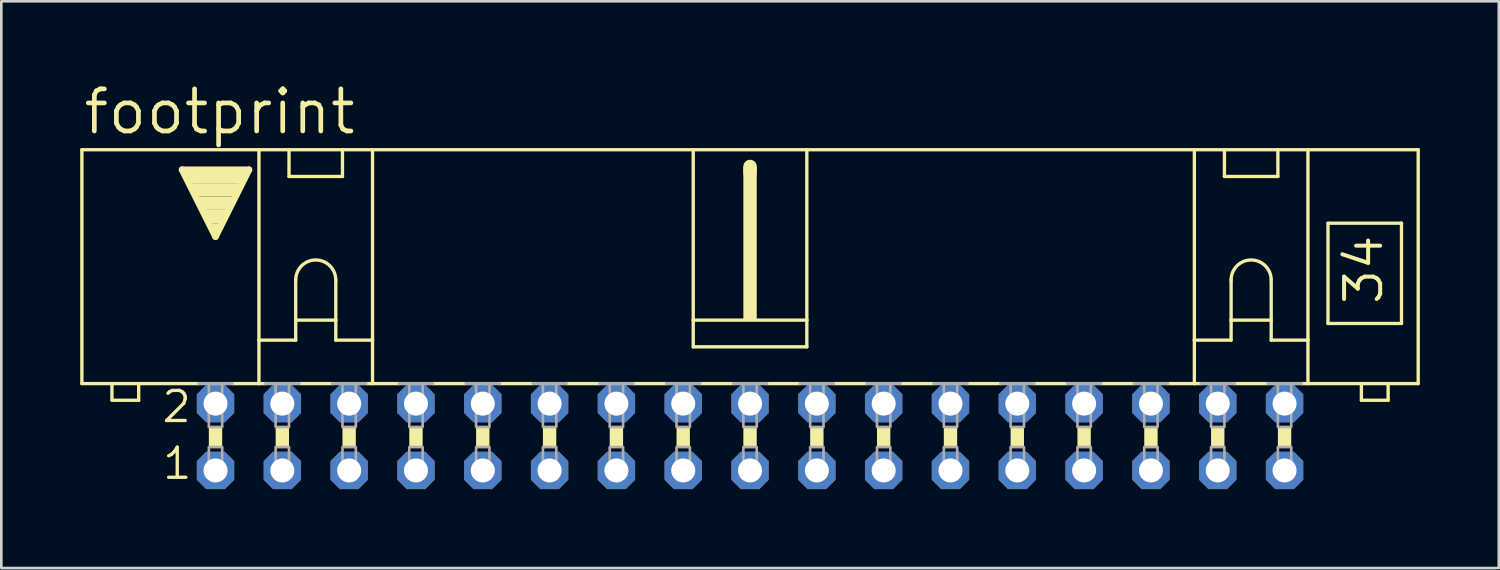
<source format=kicad_pcb>
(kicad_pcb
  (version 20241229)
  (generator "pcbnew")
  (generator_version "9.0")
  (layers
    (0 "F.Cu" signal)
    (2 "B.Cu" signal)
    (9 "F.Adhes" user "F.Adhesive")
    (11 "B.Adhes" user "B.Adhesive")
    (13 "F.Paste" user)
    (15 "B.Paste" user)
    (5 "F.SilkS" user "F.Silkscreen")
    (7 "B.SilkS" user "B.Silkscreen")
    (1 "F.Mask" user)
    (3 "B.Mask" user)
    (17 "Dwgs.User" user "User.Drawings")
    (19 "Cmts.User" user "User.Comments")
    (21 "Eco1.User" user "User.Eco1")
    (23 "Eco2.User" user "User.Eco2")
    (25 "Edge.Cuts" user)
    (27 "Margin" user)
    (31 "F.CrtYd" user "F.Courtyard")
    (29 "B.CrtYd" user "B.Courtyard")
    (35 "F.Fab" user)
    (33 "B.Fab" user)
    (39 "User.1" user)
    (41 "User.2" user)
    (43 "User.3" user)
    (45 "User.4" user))
  (footprint "footprint"
    (layer "F.Cu")
    (at 25.463 13.564)
    (property "Reference" "footprint" (at -25.425 -11.43 0) (layer "F.SilkS") (effects (font (size 1.6 1.6) (thickness 0.178)) (justify left bottom)))
    (fp_line (start -25.4 -2.032) (end -25.4 -10.922) (stroke (width 0.127) (type solid)) (layer "F.SilkS"))
    (fp_line (start -25.4 -2.032) (end -24.257 -2.032) (stroke (width 0.127) (type solid)) (layer "F.SilkS"))
    (fp_line (start -24.257 -2.032) (end -24.257 -1.397) (stroke (width 0.127) (type solid)) (layer "F.SilkS"))
    (fp_line (start -24.257 -2.032) (end -23.241 -2.032) (stroke (width 0.127) (type solid)) (layer "F.SilkS"))
    (fp_line (start -23.241 -2.032) (end -20.955 -2.032) (stroke (width 0.127) (type solid)) (layer "F.SilkS"))
    (fp_line (start -23.241 -1.397) (end -24.257 -1.397) (stroke (width 0.127) (type solid)) (layer "F.SilkS"))
    (fp_line (start -23.241 -1.397) (end -23.241 -2.032) (stroke (width 0.127) (type solid)) (layer "F.SilkS"))
    (fp_line (start -21.59 -10.16) (end -19.05 -10.16) (stroke (width 0.254) (type solid)) (layer "F.SilkS"))
    (fp_line (start -20.32 -7.62) (end -21.59 -10.16) (stroke (width 0.254) (type solid)) (layer "F.SilkS"))
    (fp_line (start -19.685 -2.032) (end -18.669 -2.032) (stroke (width 0.127) (type solid)) (layer "F.SilkS"))
    (fp_line (start -19.05 -10.16) (end -20.32 -7.62) (stroke (width 0.254) (type solid)) (layer "F.SilkS"))
    (fp_line (start -18.669 -10.922) (end -25.4 -10.922) (stroke (width 0.127) (type solid)) (layer "F.SilkS"))
    (fp_line (start -18.669 -10.922) (end -17.526 -10.922) (stroke (width 0.127) (type solid)) (layer "F.SilkS"))
    (fp_line (start -18.669 -3.683) (end -18.669 -10.922) (stroke (width 0.127) (type solid)) (layer "F.SilkS"))
    (fp_line (start -18.669 -3.683) (end -18.669 -2.032) (stroke (width 0.127) (type solid)) (layer "F.SilkS"))
    (fp_line (start -18.669 -3.683) (end -17.272 -3.683) (stroke (width 0.127) (type solid)) (layer "F.SilkS"))
    (fp_line (start -18.669 -2.032) (end -18.415 -2.032) (stroke (width 0.127) (type solid)) (layer "F.SilkS"))
    (fp_line (start -17.526 -10.922) (end -15.494 -10.922) (stroke (width 0.127) (type solid)) (layer "F.SilkS"))
    (fp_line (start -17.526 -9.906) (end -17.526 -10.922) (stroke (width 0.127) (type solid)) (layer "F.SilkS"))
    (fp_line (start -17.526 -9.906) (end -15.494 -9.906) (stroke (width 0.127) (type solid)) (layer "F.SilkS"))
    (fp_line (start -17.272 -5.969) (end -17.272 -4.445) (stroke (width 0.127) (type solid)) (layer "F.SilkS"))
    (fp_line (start -17.272 -4.445) (end -17.272 -3.683) (stroke (width 0.127) (type solid)) (layer "F.SilkS"))
    (fp_line (start -17.272 -4.445) (end -15.748 -4.445) (stroke (width 0.127) (type solid)) (layer "F.SilkS"))
    (fp_line (start -17.145 -2.032) (end -15.875 -2.032) (stroke (width 0.127) (type solid)) (layer "F.SilkS"))
    (fp_line (start -15.748 -5.969) (end -15.748 -4.445) (stroke (width 0.127) (type solid)) (layer "F.SilkS"))
    (fp_line (start -15.748 -4.445) (end -15.748 -3.683) (stroke (width 0.127) (type solid)) (layer "F.SilkS"))
    (fp_line (start -15.748 -3.683) (end -14.351 -3.683) (stroke (width 0.127) (type solid)) (layer "F.SilkS"))
    (fp_line (start -15.494 -10.922) (end -15.494 -9.906) (stroke (width 0.127) (type solid)) (layer "F.SilkS"))
    (fp_line (start -15.494 -10.922) (end -14.351 -10.922) (stroke (width 0.127) (type solid)) (layer "F.SilkS"))
    (fp_line (start -14.351 -10.922) (end -2.159 -10.922) (stroke (width 0.127) (type solid)) (layer "F.SilkS"))
    (fp_line (start -14.351 -3.683) (end -14.351 -10.922) (stroke (width 0.127) (type solid)) (layer "F.SilkS"))
    (fp_line (start -14.351 -3.683) (end -14.351 -2.032) (stroke (width 0.127) (type solid)) (layer "F.SilkS"))
    (fp_line (start -14.351 -2.032) (end -14.605 -2.032) (stroke (width 0.127) (type solid)) (layer "F.SilkS"))
    (fp_line (start -14.351 -2.032) (end -13.335 -2.032) (stroke (width 0.127) (type solid)) (layer "F.SilkS"))
    (fp_line (start -12.065 -2.032) (end -10.795 -2.032) (stroke (width 0.127) (type solid)) (layer "F.SilkS"))
    (fp_line (start -9.525 -2.032) (end -8.255 -2.032) (stroke (width 0.127) (type solid)) (layer "F.SilkS"))
    (fp_line (start -6.985 -2.032) (end -5.715 -2.032) (stroke (width 0.127) (type solid)) (layer "F.SilkS"))
    (fp_line (start -4.445 -2.032) (end -3.175 -2.032) (stroke (width 0.127) (type solid)) (layer "F.SilkS"))
    (fp_line (start -2.159 -10.922) (end -2.159 -4.445) (stroke (width 0.127) (type solid)) (layer "F.SilkS"))
    (fp_line (start -2.159 -10.922) (end 2.159 -10.922) (stroke (width 0.127) (type solid)) (layer "F.SilkS"))
    (fp_line (start -2.159 -4.445) (end -2.159 -3.429) (stroke (width 0.127) (type solid)) (layer "F.SilkS"))
    (fp_line (start -1.905 -2.032) (end -0.635 -2.032) (stroke (width 0.127) (type solid)) (layer "F.SilkS"))
    (fp_line (start 0 -10.033) (end 0 -10.287) (stroke (width 0.508) (type solid)) (layer "F.SilkS"))
    (fp_line (start 0.635 -2.032) (end 1.905 -2.032) (stroke (width 0.127) (type solid)) (layer "F.SilkS"))
    (fp_line (start 2.159 -10.922) (end 2.159 -4.445) (stroke (width 0.127) (type solid)) (layer "F.SilkS"))
    (fp_line (start 2.159 -10.922) (end 16.891 -10.922) (stroke (width 0.127) (type solid)) (layer "F.SilkS"))
    (fp_line (start 2.159 -4.445) (end -2.159 -4.445) (stroke (width 0.127) (type solid)) (layer "F.SilkS"))
    (fp_line (start 2.159 -4.445) (end 2.159 -3.429) (stroke (width 0.127) (type solid)) (layer "F.SilkS"))
    (fp_line (start 2.159 -3.429) (end -2.159 -3.429) (stroke (width 0.127) (type solid)) (layer "F.SilkS"))
    (fp_line (start 3.175 -2.032) (end 4.445 -2.032) (stroke (width 0.127) (type solid)) (layer "F.SilkS"))
    (fp_line (start 5.715 -2.032) (end 6.985 -2.032) (stroke (width 0.127) (type solid)) (layer "F.SilkS"))
    (fp_line (start 8.255 -2.032) (end 9.525 -2.032) (stroke (width 0.127) (type solid)) (layer "F.SilkS"))
    (fp_line (start 10.795 -2.032) (end 12.065 -2.032) (stroke (width 0.127) (type solid)) (layer "F.SilkS"))
    (fp_line (start 13.335 -2.032) (end 14.605 -2.032) (stroke (width 0.127) (type solid)) (layer "F.SilkS"))
    (fp_line (start 15.875 -2.032) (end 16.891 -2.032) (stroke (width 0.127) (type solid)) (layer "F.SilkS"))
    (fp_line (start 16.891 -10.922) (end 25.4 -10.922) (stroke (width 0.127) (type solid)) (layer "F.SilkS"))
    (fp_line (start 16.891 -3.683) (end 16.891 -10.922) (stroke (width 0.127) (type solid)) (layer "F.SilkS"))
    (fp_line (start 16.891 -3.683) (end 16.891 -2.032) (stroke (width 0.127) (type solid)) (layer "F.SilkS"))
    (fp_line (start 16.891 -3.683) (end 18.288 -3.683) (stroke (width 0.127) (type solid)) (layer "F.SilkS"))
    (fp_line (start 16.891 -2.032) (end 17.145 -2.032) (stroke (width 0.127) (type solid)) (layer "F.SilkS"))
    (fp_line (start 18.034 -9.906) (end 18.034 -10.922) (stroke (width 0.127) (type solid)) (layer "F.SilkS"))
    (fp_line (start 18.034 -9.906) (end 20.066 -9.906) (stroke (width 0.127) (type solid)) (layer "F.SilkS"))
    (fp_line (start 18.288 -5.969) (end 18.288 -4.445) (stroke (width 0.127) (type solid)) (layer "F.SilkS"))
    (fp_line (start 18.288 -4.445) (end 18.288 -3.683) (stroke (width 0.127) (type solid)) (layer "F.SilkS"))
    (fp_line (start 18.288 -4.445) (end 19.812 -4.445) (stroke (width 0.127) (type solid)) (layer "F.SilkS"))
    (fp_line (start 18.415 -2.032) (end 19.685 -2.032) (stroke (width 0.127) (type solid)) (layer "F.SilkS"))
    (fp_line (start 19.812 -5.969) (end 19.812 -4.445) (stroke (width 0.127) (type solid)) (layer "F.SilkS"))
    (fp_line (start 19.812 -4.445) (end 19.812 -3.683) (stroke (width 0.127) (type solid)) (layer "F.SilkS"))
    (fp_line (start 19.812 -3.683) (end 21.209 -3.683) (stroke (width 0.127) (type solid)) (layer "F.SilkS"))
    (fp_line (start 20.066 -10.922) (end 20.066 -9.906) (stroke (width 0.127) (type solid)) (layer "F.SilkS"))
    (fp_line (start 21.209 -3.683) (end 21.209 -10.922) (stroke (width 0.127) (type solid)) (layer "F.SilkS"))
    (fp_line (start 21.209 -3.683) (end 21.209 -2.032) (stroke (width 0.127) (type solid)) (layer "F.SilkS"))
    (fp_line (start 21.209 -2.032) (end 20.955 -2.032) (stroke (width 0.127) (type solid)) (layer "F.SilkS"))
    (fp_line (start 21.971 -8.128) (end 21.971 -4.318) (stroke (width 0.127) (type solid)) (layer "F.SilkS"))
    (fp_line (start 21.971 -8.128) (end 24.765 -8.128) (stroke (width 0.127) (type solid)) (layer "F.SilkS"))
    (fp_line (start 21.971 -4.318) (end 24.765 -4.318) (stroke (width 0.127) (type solid)) (layer "F.SilkS"))
    (fp_line (start 23.241 -2.032) (end 21.209 -2.032) (stroke (width 0.127) (type solid)) (layer "F.SilkS"))
    (fp_line (start 23.241 -2.032) (end 23.241 -1.397) (stroke (width 0.127) (type solid)) (layer "F.SilkS"))
    (fp_line (start 24.257 -2.032) (end 23.241 -2.032) (stroke (width 0.127) (type solid)) (layer "F.SilkS"))
    (fp_line (start 24.257 -1.397) (end 23.241 -1.397) (stroke (width 0.127) (type solid)) (layer "F.SilkS"))
    (fp_line (start 24.257 -1.397) (end 24.257 -2.032) (stroke (width 0.127) (type solid)) (layer "F.SilkS"))
    (fp_line (start 24.765 -4.318) (end 24.765 -8.128) (stroke (width 0.127) (type solid)) (layer "F.SilkS"))
    (fp_line (start 25.4 -2.032) (end 24.257 -2.032) (stroke (width 0.127) (type solid)) (layer "F.SilkS"))
    (fp_line (start 25.4 -2.032) (end 25.4 -10.922) (stroke (width 0.127) (type solid)) (layer "F.SilkS"))
    (fp_arc (start -17.272 -5.969) (mid -16.51 -6.731) (end -15.748 -5.969) (stroke (width 0.127) (type solid)) (layer "F.SilkS"))
    (fp_arc (start 18.288 -5.969) (mid 19.05 -6.731) (end 19.812 -5.969) (stroke (width 0.127) (type solid)) (layer "F.SilkS"))
    (fp_poly (pts (xy -21.463 -9.652) (xy -19.177 -9.652) (xy -19.177 -10.16) (xy -21.463 -10.16)) (stroke (width 0) (type solid)) (fill yes) (layer "F.SilkS"))
    (fp_poly (pts (xy -21.209 -9.144) (xy -19.431 -9.144) (xy -19.431 -9.652) (xy -21.209 -9.652)) (stroke (width 0) (type solid)) (fill yes) (layer "F.SilkS"))
    (fp_poly (pts (xy -20.955 -8.636) (xy -19.685 -8.636) (xy -19.685 -9.144) (xy -20.955 -9.144)) (stroke (width 0) (type solid)) (fill yes) (layer "F.SilkS"))
    (fp_poly (pts (xy -20.701 -8.128) (xy -19.939 -8.128) (xy -19.939 -8.636) (xy -20.701 -8.636)) (stroke (width 0) (type solid)) (fill yes) (layer "F.SilkS"))
    (fp_poly (pts (xy -20.574 0.381) (xy -20.066 0.381) (xy -20.066 -0.381) (xy -20.574 -0.381)) (stroke (width 0) (type solid)) (fill yes) (layer "F.SilkS"))
    (fp_poly (pts (xy -20.447 -7.874) (xy -20.193 -7.874) (xy -20.193 -8.128) (xy -20.447 -8.128)) (stroke (width 0) (type solid)) (fill yes) (layer "F.SilkS"))
    (fp_poly (pts (xy -18.034 0.381) (xy -17.526 0.381) (xy -17.526 -0.381) (xy -18.034 -0.381)) (stroke (width 0) (type solid)) (fill yes) (layer "F.SilkS"))
    (fp_poly (pts (xy -15.494 0.381) (xy -14.986 0.381) (xy -14.986 -0.381) (xy -15.494 -0.381)) (stroke (width 0) (type solid)) (fill yes) (layer "F.SilkS"))
    (fp_poly (pts (xy -12.954 0.381) (xy -12.446 0.381) (xy -12.446 -0.381) (xy -12.954 -0.381)) (stroke (width 0) (type solid)) (fill yes) (layer "F.SilkS"))
    (fp_poly (pts (xy -10.414 0.381) (xy -9.906 0.381) (xy -9.906 -0.381) (xy -10.414 -0.381)) (stroke (width 0) (type solid)) (fill yes) (layer "F.SilkS"))
    (fp_poly (pts (xy -7.874 0.381) (xy -7.366 0.381) (xy -7.366 -0.381) (xy -7.874 -0.381)) (stroke (width 0) (type solid)) (fill yes) (layer "F.SilkS"))
    (fp_poly (pts (xy -5.334 0.381) (xy -4.826 0.381) (xy -4.826 -0.381) (xy -5.334 -0.381)) (stroke (width 0) (type solid)) (fill yes) (layer "F.SilkS"))
    (fp_poly (pts (xy -2.794 0.381) (xy -2.286 0.381) (xy -2.286 -0.381) (xy -2.794 -0.381)) (stroke (width 0) (type solid)) (fill yes) (layer "F.SilkS"))
    (fp_poly (pts (xy -0.254 -4.445) (xy 0.254 -4.445) (xy 0.254 -10.287) (xy -0.254 -10.287)) (stroke (width 0) (type solid)) (fill yes) (layer "F.SilkS"))
    (fp_poly (pts (xy -0.254 0.381) (xy 0.254 0.381) (xy 0.254 -0.381) (xy -0.254 -0.381)) (stroke (width 0) (type solid)) (fill yes) (layer "F.SilkS"))
    (fp_poly (pts (xy 2.286 0.381) (xy 2.794 0.381) (xy 2.794 -0.381) (xy 2.286 -0.381)) (stroke (width 0) (type solid)) (fill yes) (layer "F.SilkS"))
    (fp_poly (pts (xy 4.826 0.381) (xy 5.334 0.381) (xy 5.334 -0.381) (xy 4.826 -0.381)) (stroke (width 0) (type solid)) (fill yes) (layer "F.SilkS"))
    (fp_poly (pts (xy 7.366 0.381) (xy 7.874 0.381) (xy 7.874 -0.381) (xy 7.366 -0.381)) (stroke (width 0) (type solid)) (fill yes) (layer "F.SilkS"))
    (fp_poly (pts (xy 9.906 0.381) (xy 10.414 0.381) (xy 10.414 -0.381) (xy 9.906 -0.381)) (stroke (width 0) (type solid)) (fill yes) (layer "F.SilkS"))
    (fp_poly (pts (xy 12.446 0.381) (xy 12.954 0.381) (xy 12.954 -0.381) (xy 12.446 -0.381)) (stroke (width 0) (type solid)) (fill yes) (layer "F.SilkS"))
    (fp_poly (pts (xy 14.986 0.381) (xy 15.494 0.381) (xy 15.494 -0.381) (xy 14.986 -0.381)) (stroke (width 0) (type solid)) (fill yes) (layer "F.SilkS"))
    (fp_poly (pts (xy 17.526 0.381) (xy 18.034 0.381) (xy 18.034 -0.381) (xy 17.526 -0.381)) (stroke (width 0) (type solid)) (fill yes) (layer "F.SilkS"))
    (fp_poly (pts (xy 20.066 0.381) (xy 20.574 0.381) (xy 20.574 -0.381) (xy 20.066 -0.381)) (stroke (width 0) (type solid)) (fill yes) (layer "F.SilkS"))
    (fp_line (start -20.955 -2.032) (end -19.685 -2.032) (stroke (width 0.127) (type solid)) (layer "F.Fab"))
    (fp_line (start -18.415 -2.032) (end -17.145 -2.032) (stroke (width 0.127) (type solid)) (layer "F.Fab"))
    (fp_line (start -15.875 -2.032) (end -14.605 -2.032) (stroke (width 0.127) (type solid)) (layer "F.Fab"))
    (fp_line (start -13.335 -2.032) (end -12.065 -2.032) (stroke (width 0.127) (type solid)) (layer "F.Fab"))
    (fp_line (start -10.795 -2.032) (end -9.525 -2.032) (stroke (width 0.127) (type solid)) (layer "F.Fab"))
    (fp_line (start -8.255 -2.032) (end -6.985 -2.032) (stroke (width 0.127) (type solid)) (layer "F.Fab"))
    (fp_line (start -5.715 -2.032) (end -4.445 -2.032) (stroke (width 0.127) (type solid)) (layer "F.Fab"))
    (fp_line (start -3.175 -2.032) (end -1.905 -2.032) (stroke (width 0.127) (type solid)) (layer "F.Fab"))
    (fp_line (start -0.635 -2.032) (end 0.635 -2.032) (stroke (width 0.127) (type solid)) (layer "F.Fab"))
    (fp_line (start 1.905 -2.032) (end 3.175 -2.032) (stroke (width 0.127) (type solid)) (layer "F.Fab"))
    (fp_line (start 4.445 -2.032) (end 5.715 -2.032) (stroke (width 0.127) (type solid)) (layer "F.Fab"))
    (fp_line (start 6.985 -2.032) (end 8.255 -2.032) (stroke (width 0.127) (type solid)) (layer "F.Fab"))
    (fp_line (start 9.525 -2.032) (end 10.795 -2.032) (stroke (width 0.127) (type solid)) (layer "F.Fab"))
    (fp_line (start 12.065 -2.032) (end 13.335 -2.032) (stroke (width 0.127) (type solid)) (layer "F.Fab"))
    (fp_line (start 15.875 -2.032) (end 14.605 -2.032) (stroke (width 0.127) (type solid)) (layer "F.Fab"))
    (fp_line (start 18.415 -2.032) (end 17.145 -2.032) (stroke (width 0.127) (type solid)) (layer "F.Fab"))
    (fp_line (start 20.955 -2.032) (end 19.685 -2.032) (stroke (width 0.127) (type solid)) (layer "F.Fab"))
    (fp_poly (pts (xy -20.574 -0.381) (xy -20.066 -0.381) (xy -20.066 -2.032) (xy -20.574 -2.032)) (stroke (width 0.1) (type solid)) (fill no) (layer "F.Fab"))
    (fp_poly (pts (xy -20.574 1.524) (xy -20.066 1.524) (xy -20.066 0.381) (xy -20.574 0.381)) (stroke (width 0.1) (type solid)) (fill no) (layer "F.Fab"))
    (fp_poly (pts (xy -18.034 -0.381) (xy -17.526 -0.381) (xy -17.526 -2.032) (xy -18.034 -2.032)) (stroke (width 0.1) (type solid)) (fill no) (layer "F.Fab"))
    (fp_poly (pts (xy -18.034 1.524) (xy -17.526 1.524) (xy -17.526 0.381) (xy -18.034 0.381)) (stroke (width 0.1) (type solid)) (fill no) (layer "F.Fab"))
    (fp_poly (pts (xy -15.494 -0.381) (xy -14.986 -0.381) (xy -14.986 -2.032) (xy -15.494 -2.032)) (stroke (width 0.1) (type solid)) (fill no) (layer "F.Fab"))
    (fp_poly (pts (xy -15.494 1.524) (xy -14.986 1.524) (xy -14.986 0.381) (xy -15.494 0.381)) (stroke (width 0.1) (type solid)) (fill no) (layer "F.Fab"))
    (fp_poly (pts (xy -12.954 -0.381) (xy -12.446 -0.381) (xy -12.446 -2.032) (xy -12.954 -2.032)) (stroke (width 0.1) (type solid)) (fill no) (layer "F.Fab"))
    (fp_poly (pts (xy -12.954 1.524) (xy -12.446 1.524) (xy -12.446 0.381) (xy -12.954 0.381)) (stroke (width 0.1) (type solid)) (fill no) (layer "F.Fab"))
    (fp_poly (pts (xy -10.414 -0.381) (xy -9.906 -0.381) (xy -9.906 -2.032) (xy -10.414 -2.032)) (stroke (width 0.1) (type solid)) (fill no) (layer "F.Fab"))
    (fp_poly (pts (xy -10.414 1.524) (xy -9.906 1.524) (xy -9.906 0.381) (xy -10.414 0.381)) (stroke (width 0.1) (type solid)) (fill no) (layer "F.Fab"))
    (fp_poly (pts (xy -7.874 -0.381) (xy -7.366 -0.381) (xy -7.366 -2.032) (xy -7.874 -2.032)) (stroke (width 0.1) (type solid)) (fill no) (layer "F.Fab"))
    (fp_poly (pts (xy -7.874 1.524) (xy -7.366 1.524) (xy -7.366 0.381) (xy -7.874 0.381)) (stroke (width 0.1) (type solid)) (fill no) (layer "F.Fab"))
    (fp_poly (pts (xy -5.334 -0.381) (xy -4.826 -0.381) (xy -4.826 -2.032) (xy -5.334 -2.032)) (stroke (width 0.1) (type solid)) (fill no) (layer "F.Fab"))
    (fp_poly (pts (xy -5.334 1.524) (xy -4.826 1.524) (xy -4.826 0.381) (xy -5.334 0.381)) (stroke (width 0.1) (type solid)) (fill no) (layer "F.Fab"))
    (fp_poly (pts (xy -2.794 -0.381) (xy -2.286 -0.381) (xy -2.286 -2.032) (xy -2.794 -2.032)) (stroke (width 0.1) (type solid)) (fill no) (layer "F.Fab"))
    (fp_poly (pts (xy -2.794 1.524) (xy -2.286 1.524) (xy -2.286 0.381) (xy -2.794 0.381)) (stroke (width 0.1) (type solid)) (fill no) (layer "F.Fab"))
    (fp_poly (pts (xy -0.254 -0.381) (xy 0.254 -0.381) (xy 0.254 -2.032) (xy -0.254 -2.032)) (stroke (width 0.1) (type solid)) (fill no) (layer "F.Fab"))
    (fp_poly (pts (xy -0.254 1.524) (xy 0.254 1.524) (xy 0.254 0.381) (xy -0.254 0.381)) (stroke (width 0.1) (type solid)) (fill no) (layer "F.Fab"))
    (fp_poly (pts (xy 2.286 -0.381) (xy 2.794 -0.381) (xy 2.794 -2.032) (xy 2.286 -2.032)) (stroke (width 0.1) (type solid)) (fill no) (layer "F.Fab"))
    (fp_poly (pts (xy 2.286 1.524) (xy 2.794 1.524) (xy 2.794 0.381) (xy 2.286 0.381)) (stroke (width 0.1) (type solid)) (fill no) (layer "F.Fab"))
    (fp_poly (pts (xy 4.826 -0.381) (xy 5.334 -0.381) (xy 5.334 -2.032) (xy 4.826 -2.032)) (stroke (width 0.1) (type solid)) (fill no) (layer "F.Fab"))
    (fp_poly (pts (xy 4.826 1.524) (xy 5.334 1.524) (xy 5.334 0.381) (xy 4.826 0.381)) (stroke (width 0.1) (type solid)) (fill no) (layer "F.Fab"))
    (fp_poly (pts (xy 7.366 -0.381) (xy 7.874 -0.381) (xy 7.874 -2.032) (xy 7.366 -2.032)) (stroke (width 0.1) (type solid)) (fill no) (layer "F.Fab"))
    (fp_poly (pts (xy 7.366 1.524) (xy 7.874 1.524) (xy 7.874 0.381) (xy 7.366 0.381)) (stroke (width 0.1) (type solid)) (fill no) (layer "F.Fab"))
    (fp_poly (pts (xy 9.906 -0.381) (xy 10.414 -0.381) (xy 10.414 -2.032) (xy 9.906 -2.032)) (stroke (width 0.1) (type solid)) (fill no) (layer "F.Fab"))
    (fp_poly (pts (xy 9.906 1.524) (xy 10.414 1.524) (xy 10.414 0.381) (xy 9.906 0.381)) (stroke (width 0.1) (type solid)) (fill no) (layer "F.Fab"))
    (fp_poly (pts (xy 12.446 -0.381) (xy 12.954 -0.381) (xy 12.954 -2.032) (xy 12.446 -2.032)) (stroke (width 0.1) (type solid)) (fill no) (layer "F.Fab"))
    (fp_poly (pts (xy 12.446 1.524) (xy 12.954 1.524) (xy 12.954 0.381) (xy 12.446 0.381)) (stroke (width 0.1) (type solid)) (fill no) (layer "F.Fab"))
    (fp_poly (pts (xy 14.986 -0.381) (xy 15.494 -0.381) (xy 15.494 -2.032) (xy 14.986 -2.032)) (stroke (width 0.1) (type solid)) (fill no) (layer "F.Fab"))
    (fp_poly (pts (xy 14.986 1.524) (xy 15.494 1.524) (xy 15.494 0.381) (xy 14.986 0.381)) (stroke (width 0.1) (type solid)) (fill no) (layer "F.Fab"))
    (fp_poly (pts (xy 17.526 -0.381) (xy 18.034 -0.381) (xy 18.034 -2.032) (xy 17.526 -2.032)) (stroke (width 0.1) (type solid)) (fill no) (layer "F.Fab"))
    (fp_poly (pts (xy 17.526 1.524) (xy 18.034 1.524) (xy 18.034 0.381) (xy 17.526 0.381)) (stroke (width 0.1) (type solid)) (fill no) (layer "F.Fab"))
    (fp_poly (pts (xy 20.066 -0.381) (xy 20.574 -0.381) (xy 20.574 -2.032) (xy 20.066 -2.032)) (stroke (width 0.1) (type solid)) (fill no) (layer "F.Fab"))
    (fp_poly (pts (xy 20.066 1.524) (xy 20.574 1.524) (xy 20.574 0.381) (xy 20.066 0.381)) (stroke (width 0.1) (type solid)) (fill no) (layer "F.Fab"))
    (fp_text user "34" (at 24.13 -4.953 90) (layer "F.SilkS") (effects (font (size 1.372 1.372) (thickness 0.152)) (justify left bottom)))
    (fp_text user "1" (at -22.403 1.676 0) (layer "F.SilkS") (effects (font (size 1.143 1.143) (thickness 0.127)) (justify left bottom)))
    (fp_text user "2" (at -22.428 -0.483 0) (layer "F.SilkS") (effects (font (size 1.143 1.143) (thickness 0.127)) (justify left bottom)))
    (pad "1" thru_hole roundrect (at -20.32 1.27) (size 1.422 1.422) (drill 0.914) (layers "*.Cu" "*.Mask") (roundrect_rratio 0.25) (chamfer_ratio 0.25) (chamfer top_left top_right bottom_left bottom_right))
    (pad "2" thru_hole roundrect (at -20.32 -1.27) (size 1.422 1.422) (drill 0.914) (layers "*.Cu" "*.Mask") (roundrect_rratio 0.25) (chamfer_ratio 0.25) (chamfer top_left top_right bottom_left bottom_right))
    (pad "3" thru_hole roundrect (at -17.78 1.27) (size 1.422 1.422) (drill 0.914) (layers "*.Cu" "*.Mask") (roundrect_rratio 0.25) (chamfer_ratio 0.25) (chamfer top_left top_right bottom_left bottom_right))
    (pad "4" thru_hole roundrect (at -17.78 -1.27) (size 1.422 1.422) (drill 0.914) (layers "*.Cu" "*.Mask") (roundrect_rratio 0.25) (chamfer_ratio 0.25) (chamfer top_left top_right bottom_left bottom_right))
    (pad "5" thru_hole roundrect (at -15.24 1.27) (size 1.422 1.422) (drill 0.914) (layers "*.Cu" "*.Mask") (roundrect_rratio 0.25) (chamfer_ratio 0.25) (chamfer top_left top_right bottom_left bottom_right))
    (pad "6" thru_hole roundrect (at -15.24 -1.27) (size 1.422 1.422) (drill 0.914) (layers "*.Cu" "*.Mask") (roundrect_rratio 0.25) (chamfer_ratio 0.25) (chamfer top_left top_right bottom_left bottom_right))
    (pad "7" thru_hole roundrect (at -12.7 1.27) (size 1.422 1.422) (drill 0.914) (layers "*.Cu" "*.Mask") (roundrect_rratio 0.25) (chamfer_ratio 0.25) (chamfer top_left top_right bottom_left bottom_right))
    (pad "8" thru_hole roundrect (at -12.7 -1.27) (size 1.422 1.422) (drill 0.914) (layers "*.Cu" "*.Mask") (roundrect_rratio 0.25) (chamfer_ratio 0.25) (chamfer top_left top_right bottom_left bottom_right))
    (pad "9" thru_hole roundrect (at -10.16 1.27) (size 1.422 1.422) (drill 0.914) (layers "*.Cu" "*.Mask") (roundrect_rratio 0.25) (chamfer_ratio 0.25) (chamfer top_left top_right bottom_left bottom_right))
    (pad "10" thru_hole roundrect (at -10.16 -1.27) (size 1.422 1.422) (drill 0.914) (layers "*.Cu" "*.Mask") (roundrect_rratio 0.25) (chamfer_ratio 0.25) (chamfer top_left top_right bottom_left bottom_right))
    (pad "11" thru_hole roundrect (at -7.62 1.27) (size 1.422 1.422) (drill 0.914) (layers "*.Cu" "*.Mask") (roundrect_rratio 0.25) (chamfer_ratio 0.25) (chamfer top_left top_right bottom_left bottom_right))
    (pad "12" thru_hole roundrect (at -7.62 -1.27) (size 1.422 1.422) (drill 0.914) (layers "*.Cu" "*.Mask") (roundrect_rratio 0.25) (chamfer_ratio 0.25) (chamfer top_left top_right bottom_left bottom_right))
    (pad "13" thru_hole roundrect (at -5.08 1.27) (size 1.422 1.422) (drill 0.914) (layers "*.Cu" "*.Mask") (roundrect_rratio 0.25) (chamfer_ratio 0.25) (chamfer top_left top_right bottom_left bottom_right))
    (pad "14" thru_hole roundrect (at -5.08 -1.27) (size 1.422 1.422) (drill 0.914) (layers "*.Cu" "*.Mask") (roundrect_rratio 0.25) (chamfer_ratio 0.25) (chamfer top_left top_right bottom_left bottom_right))
    (pad "15" thru_hole roundrect (at -2.54 1.27) (size 1.422 1.422) (drill 0.914) (layers "*.Cu" "*.Mask") (roundrect_rratio 0.25) (chamfer_ratio 0.25) (chamfer top_left top_right bottom_left bottom_right))
    (pad "16" thru_hole roundrect (at -2.54 -1.27) (size 1.422 1.422) (drill 0.914) (layers "*.Cu" "*.Mask") (roundrect_rratio 0.25) (chamfer_ratio 0.25) (chamfer top_left top_right bottom_left bottom_right))
    (pad "17" thru_hole roundrect (at 0 1.27) (size 1.422 1.422) (drill 0.914) (layers "*.Cu" "*.Mask") (roundrect_rratio 0.25) (chamfer_ratio 0.25) (chamfer top_left top_right bottom_left bottom_right))
    (pad "18" thru_hole roundrect (at 0 -1.27) (size 1.422 1.422) (drill 0.914) (layers "*.Cu" "*.Mask") (roundrect_rratio 0.25) (chamfer_ratio 0.25) (chamfer top_left top_right bottom_left bottom_right))
    (pad "19" thru_hole roundrect (at 2.54 1.27) (size 1.422 1.422) (drill 0.914) (layers "*.Cu" "*.Mask") (roundrect_rratio 0.25) (chamfer_ratio 0.25) (chamfer top_left top_right bottom_left bottom_right))
    (pad "20" thru_hole roundrect (at 2.54 -1.27) (size 1.422 1.422) (drill 0.914) (layers "*.Cu" "*.Mask") (roundrect_rratio 0.25) (chamfer_ratio 0.25) (chamfer top_left top_right bottom_left bottom_right))
    (pad "21" thru_hole roundrect (at 5.08 1.27) (size 1.422 1.422) (drill 0.914) (layers "*.Cu" "*.Mask") (roundrect_rratio 0.25) (chamfer_ratio 0.25) (chamfer top_left top_right bottom_left bottom_right))
    (pad "22" thru_hole roundrect (at 5.08 -1.27) (size 1.422 1.422) (drill 0.914) (layers "*.Cu" "*.Mask") (roundrect_rratio 0.25) (chamfer_ratio 0.25) (chamfer top_left top_right bottom_left bottom_right))
    (pad "23" thru_hole roundrect (at 7.62 1.27) (size 1.422 1.422) (drill 0.914) (layers "*.Cu" "*.Mask") (roundrect_rratio 0.25) (chamfer_ratio 0.25) (chamfer top_left top_right bottom_left bottom_right))
    (pad "24" thru_hole roundrect (at 7.62 -1.27) (size 1.422 1.422) (drill 0.914) (layers "*.Cu" "*.Mask") (roundrect_rratio 0.25) (chamfer_ratio 0.25) (chamfer top_left top_right bottom_left bottom_right))
    (pad "25" thru_hole roundrect (at 10.16 1.27) (size 1.422 1.422) (drill 0.914) (layers "*.Cu" "*.Mask") (roundrect_rratio 0.25) (chamfer_ratio 0.25) (chamfer top_left top_right bottom_left bottom_right))
    (pad "26" thru_hole roundrect (at 10.16 -1.27) (size 1.422 1.422) (drill 0.914) (layers "*.Cu" "*.Mask") (roundrect_rratio 0.25) (chamfer_ratio 0.25) (chamfer top_left top_right bottom_left bottom_right))
    (pad "27" thru_hole roundrect (at 12.7 1.27) (size 1.422 1.422) (drill 0.914) (layers "*.Cu" "*.Mask") (roundrect_rratio 0.25) (chamfer_ratio 0.25) (chamfer top_left top_right bottom_left bottom_right))
    (pad "28" thru_hole roundrect (at 12.7 -1.27) (size 1.422 1.422) (drill 0.914) (layers "*.Cu" "*.Mask") (roundrect_rratio 0.25) (chamfer_ratio 0.25) (chamfer top_left top_right bottom_left bottom_right))
    (pad "29" thru_hole roundrect (at 15.24 1.27) (size 1.422 1.422) (drill 0.914) (layers "*.Cu" "*.Mask") (roundrect_rratio 0.25) (chamfer_ratio 0.25) (chamfer top_left top_right bottom_left bottom_right))
    (pad "30" thru_hole roundrect (at 15.24 -1.27) (size 1.422 1.422) (drill 0.914) (layers "*.Cu" "*.Mask") (roundrect_rratio 0.25) (chamfer_ratio 0.25) (chamfer top_left top_right bottom_left bottom_right))
    (pad "31" thru_hole roundrect (at 17.78 1.27) (size 1.422 1.422) (drill 0.914) (layers "*.Cu" "*.Mask") (roundrect_rratio 0.25) (chamfer_ratio 0.25) (chamfer top_left top_right bottom_left bottom_right))
    (pad "32" thru_hole roundrect (at 17.78 -1.27) (size 1.422 1.422) (drill 0.914) (layers "*.Cu" "*.Mask") (roundrect_rratio 0.25) (chamfer_ratio 0.25) (chamfer top_left top_right bottom_left bottom_right))
    (pad "33" thru_hole roundrect (at 20.32 1.27) (size 1.422 1.422) (drill 0.914) (layers "*.Cu" "*.Mask") (roundrect_rratio 0.25) (chamfer_ratio 0.25) (chamfer top_left top_right bottom_left bottom_right))
    (pad "34" thru_hole roundrect (at 20.32 -1.27) (size 1.422 1.422) (drill 0.914) (layers "*.Cu" "*.Mask") (roundrect_rratio 0.25) (chamfer_ratio 0.25) (chamfer top_left top_right bottom_left bottom_right)))
  (gr_rect
    (start -3 -3)
    (end 53.927 18.545)
    (stroke (width 0.1) (type default))
    (fill no)
    (layer "Edge.Cuts")))
</source>
